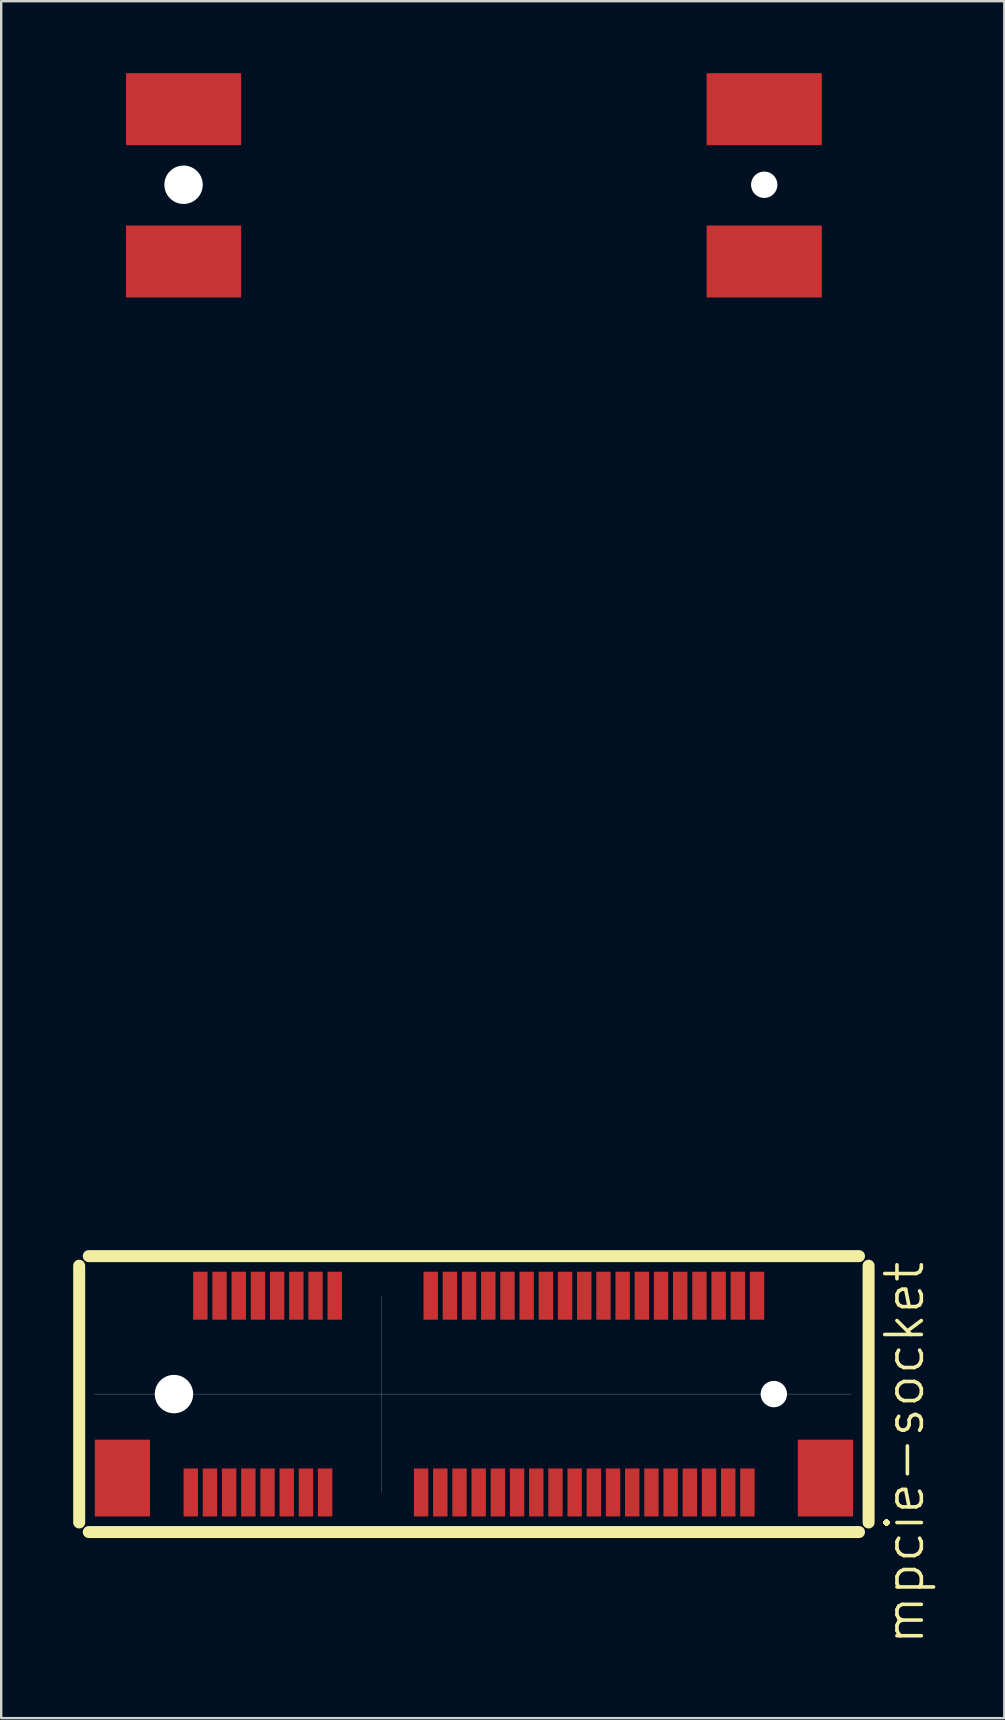
<source format=kicad_pcb>
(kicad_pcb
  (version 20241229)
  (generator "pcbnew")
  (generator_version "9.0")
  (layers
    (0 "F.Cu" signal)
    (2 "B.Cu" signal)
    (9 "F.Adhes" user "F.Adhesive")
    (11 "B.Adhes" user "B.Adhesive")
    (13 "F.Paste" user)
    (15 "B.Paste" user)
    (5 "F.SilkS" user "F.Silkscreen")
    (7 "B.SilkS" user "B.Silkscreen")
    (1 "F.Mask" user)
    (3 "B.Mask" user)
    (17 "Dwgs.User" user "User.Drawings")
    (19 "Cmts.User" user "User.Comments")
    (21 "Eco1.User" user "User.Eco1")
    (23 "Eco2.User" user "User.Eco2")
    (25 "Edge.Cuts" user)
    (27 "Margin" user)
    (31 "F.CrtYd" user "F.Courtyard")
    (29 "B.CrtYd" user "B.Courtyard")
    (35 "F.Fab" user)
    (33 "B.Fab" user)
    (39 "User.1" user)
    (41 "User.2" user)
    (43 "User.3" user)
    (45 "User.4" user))
  (footprint "mpcie-socket"
    (layer "F.Cu")
    (at 4.2 55.05)
    (property "Reference" "mpcie-socket" (at 30.45 2.45 90) (layer "F.SilkS") (effects (font (size 1.524 1.524) (thickness 0.15))))
    (attr through_hole)
    (fp_line (start -3.95 -5.35) (end -3.95 5.35) (stroke (width 0.5) (type solid)) (layer "F.SilkS"))
    (fp_line (start -3.55 5.75) (end 28.55 5.75) (stroke (width 0.5) (type solid)) (layer "F.SilkS"))
    (fp_line (start 28.55 -5.75) (end -3.55 -5.75) (stroke (width 0.5) (type solid)) (layer "F.SilkS"))
    (fp_line (start 28.95 5.35) (end 28.95 -5.35) (stroke (width 0.5) (type solid)) (layer "F.SilkS"))
    (fp_line (start -3.3 0) (end 28.225 0) (stroke (width 0.01) (type solid)) (layer "Dwgs.User"))
    (fp_line (start 8.65 4.1) (end 8.65 -4.1) (stroke (width 0.01) (type solid)) (layer "Dwgs.User"))
    (pad "" smd rect (at -2.15 3.5) (size 2.3 3.2) (layers "F.Cu" "F.Mask" "F.Paste"))
    (pad "" np_thru_hole circle (at 0 0) (size 1.6 1.6) (drill 1.6) (layers "*.Cu" "*.Mask"))
    (pad "" smd rect (at 0.4 -53.55) (size 4.8 3) (layers "F.Cu" "F.Mask" "F.Paste"))
    (pad "" np_thru_hole circle (at 0.4 -50.4) (size 1.6 1.6) (drill 1.6) (layers "*.Cu" "*.Mask"))
    (pad "" smd rect (at 0.4 -47.2) (size 4.8 3) (layers "F.Cu" "F.Mask" "F.Paste"))
    (pad "" smd rect (at 24.6 -53.55) (size 4.8 3) (layers "F.Cu" "F.Mask" "F.Paste"))
    (pad "" np_thru_hole circle (at 24.6 -50.4) (size 1.1 1.1) (drill 1.1) (layers "*.Cu" "*.Mask"))
    (pad "" smd rect (at 24.6 -47.2) (size 4.8 3) (layers "F.Cu" "F.Mask" "F.Paste"))
    (pad "" np_thru_hole circle (at 25 0) (size 1.1 1.1) (drill 1.1) (layers "*.Cu" "*.Mask"))
    (pad "" smd rect (at 27.15 3.5) (size 2.3 3.2) (layers "F.Cu" "F.Mask" "F.Paste"))
    (pad "1" smd rect (at 0.7 4.1) (size 0.6 2) (layers "F.Cu" "F.Mask" "F.Paste"))
    (pad "2" smd rect (at 1.1 -4.1) (size 0.6 2) (layers "F.Cu" "F.Mask" "F.Paste"))
    (pad "3" smd rect (at 1.5 4.1) (size 0.6 2) (layers "F.Cu" "F.Mask" "F.Paste"))
    (pad "4" smd rect (at 1.9 -4.1) (size 0.6 2) (layers "F.Cu" "F.Mask" "F.Paste"))
    (pad "5" smd rect (at 2.3 4.1) (size 0.6 2) (layers "F.Cu" "F.Mask" "F.Paste"))
    (pad "6" smd rect (at 2.7 -4.1) (size 0.6 2) (layers "F.Cu" "F.Mask" "F.Paste"))
    (pad "7" smd rect (at 3.1 4.1) (size 0.6 2) (layers "F.Cu" "F.Mask" "F.Paste"))
    (pad "8" smd rect (at 3.5 -4.1) (size 0.6 2) (layers "F.Cu" "F.Mask" "F.Paste"))
    (pad "9" smd rect (at 3.9 4.1) (size 0.6 2) (layers "F.Cu" "F.Mask" "F.Paste"))
    (pad "10" smd rect (at 4.3 -4.1) (size 0.6 2) (layers "F.Cu" "F.Mask" "F.Paste"))
    (pad "11" smd rect (at 4.7 4.1) (size 0.6 2) (layers "F.Cu" "F.Mask" "F.Paste"))
    (pad "12" smd rect (at 5.1 -4.1) (size 0.6 2) (layers "F.Cu" "F.Mask" "F.Paste"))
    (pad "13" smd rect (at 5.5 4.1) (size 0.6 2) (layers "F.Cu" "F.Mask" "F.Paste"))
    (pad "14" smd rect (at 5.9 -4.1) (size 0.6 2) (layers "F.Cu" "F.Mask" "F.Paste"))
    (pad "15" smd rect (at 6.3 4.1) (size 0.6 2) (layers "F.Cu" "F.Mask" "F.Paste"))
    (pad "16" smd rect (at 6.7 -4.1) (size 0.6 2) (layers "F.Cu" "F.Mask" "F.Paste"))
    (pad "17" smd rect (at 10.3 4.1) (size 0.6 2) (layers "F.Cu" "F.Mask" "F.Paste"))
    (pad "18" smd rect (at 10.7 -4.1) (size 0.6 2) (layers "F.Cu" "F.Mask" "F.Paste"))
    (pad "19" smd rect (at 11.1 4.1) (size 0.6 2) (layers "F.Cu" "F.Mask" "F.Paste"))
    (pad "20" smd rect (at 11.5 -4.1) (size 0.6 2) (layers "F.Cu" "F.Mask" "F.Paste"))
    (pad "21" smd rect (at 11.9 4.1) (size 0.6 2) (layers "F.Cu" "F.Mask" "F.Paste"))
    (pad "22" smd rect (at 12.3 -4.1) (size 0.6 2) (layers "F.Cu" "F.Mask" "F.Paste"))
    (pad "23" smd rect (at 12.7 4.1) (size 0.6 2) (layers "F.Cu" "F.Mask" "F.Paste"))
    (pad "24" smd rect (at 13.1 -4.1) (size 0.6 2) (layers "F.Cu" "F.Mask" "F.Paste"))
    (pad "25" smd rect (at 13.5 4.1) (size 0.6 2) (layers "F.Cu" "F.Mask" "F.Paste"))
    (pad "26" smd rect (at 13.9 -4.1) (size 0.6 2) (layers "F.Cu" "F.Mask" "F.Paste"))
    (pad "27" smd rect (at 14.3 4.1) (size 0.6 2) (layers "F.Cu" "F.Mask" "F.Paste"))
    (pad "28" smd rect (at 14.7 -4.1) (size 0.6 2) (layers "F.Cu" "F.Mask" "F.Paste"))
    (pad "29" smd rect (at 15.1 4.1) (size 0.6 2) (layers "F.Cu" "F.Mask" "F.Paste"))
    (pad "30" smd rect (at 15.5 -4.1) (size 0.6 2) (layers "F.Cu" "F.Mask" "F.Paste"))
    (pad "31" smd rect (at 15.9 4.1) (size 0.6 2) (layers "F.Cu" "F.Mask" "F.Paste"))
    (pad "32" smd rect (at 16.3 -4.1) (size 0.6 2) (layers "F.Cu" "F.Mask" "F.Paste"))
    (pad "33" smd rect (at 16.7 4.1) (size 0.6 2) (layers "F.Cu" "F.Mask" "F.Paste"))
    (pad "34" smd rect (at 17.1 -4.1) (size 0.6 2) (layers "F.Cu" "F.Mask" "F.Paste"))
    (pad "35" smd rect (at 17.5 4.1) (size 0.6 2) (layers "F.Cu" "F.Mask" "F.Paste"))
    (pad "36" smd rect (at 17.9 -4.1) (size 0.6 2) (layers "F.Cu" "F.Mask" "F.Paste"))
    (pad "37" smd rect (at 18.3 4.1) (size 0.6 2) (layers "F.Cu" "F.Mask" "F.Paste"))
    (pad "38" smd rect (at 18.7 -4.1) (size 0.6 2) (layers "F.Cu" "F.Mask" "F.Paste"))
    (pad "39" smd rect (at 19.1 4.1) (size 0.6 2) (layers "F.Cu" "F.Mask" "F.Paste"))
    (pad "40" smd rect (at 19.5 -4.1) (size 0.6 2) (layers "F.Cu" "F.Mask" "F.Paste"))
    (pad "41" smd rect (at 19.9 4.1) (size 0.6 2) (layers "F.Cu" "F.Mask" "F.Paste"))
    (pad "42" smd rect (at 20.3 -4.1) (size 0.6 2) (layers "F.Cu" "F.Mask" "F.Paste"))
    (pad "43" smd rect (at 20.7 4.1) (size 0.6 2) (layers "F.Cu" "F.Mask" "F.Paste"))
    (pad "44" smd rect (at 21.1 -4.1) (size 0.6 2) (layers "F.Cu" "F.Mask" "F.Paste"))
    (pad "45" smd rect (at 21.5 4.1) (size 0.6 2) (layers "F.Cu" "F.Mask" "F.Paste"))
    (pad "46" smd rect (at 21.9 -4.1) (size 0.6 2) (layers "F.Cu" "F.Mask" "F.Paste"))
    (pad "47" smd rect (at 22.3 4.1) (size 0.6 2) (layers "F.Cu" "F.Mask" "F.Paste"))
    (pad "48" smd rect (at 22.7 -4.1) (size 0.6 2) (layers "F.Cu" "F.Mask" "F.Paste"))
    (pad "49" smd rect (at 23.1 4.1) (size 0.6 2) (layers "F.Cu" "F.Mask" "F.Paste"))
    (pad "50" smd rect (at 23.5 -4.1) (size 0.6 2) (layers "F.Cu" "F.Mask" "F.Paste"))
    (pad "51" smd rect (at 23.9 4.1) (size 0.6 2) (layers "F.Cu" "F.Mask" "F.Paste"))
    (pad "52" smd rect (at 24.3 -4.1) (size 0.6 2) (layers "F.Cu" "F.Mask" "F.Paste")))
  (gr_rect
    (start -3 -3)
    (end 38.805 68.555)
    (stroke (width 0.1) (type default))
    (fill no)
    (layer "Edge.Cuts")))
</source>
